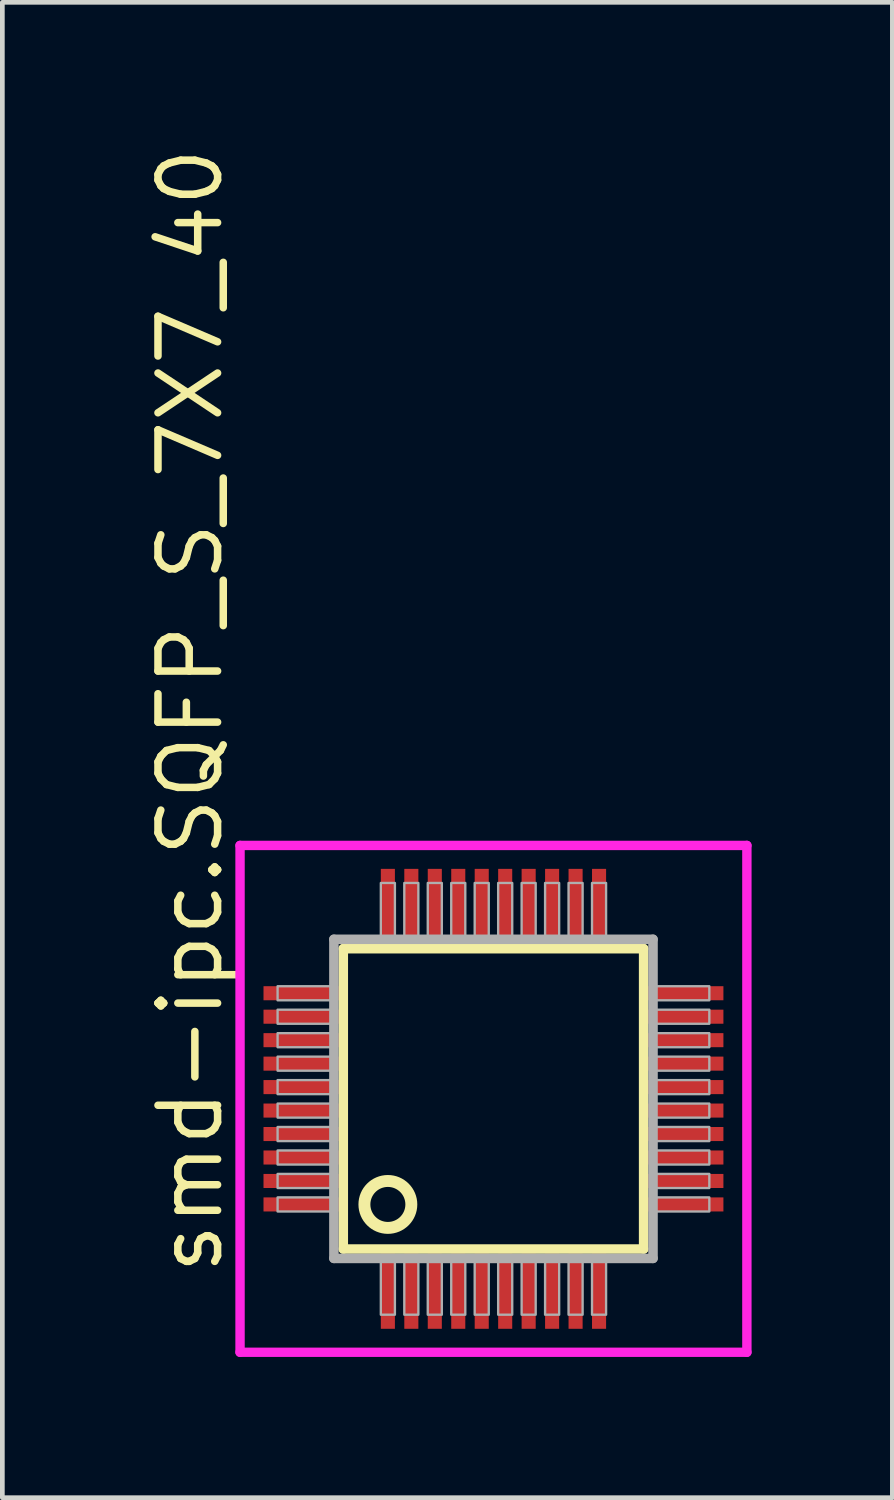
<source format=kicad_pcb>
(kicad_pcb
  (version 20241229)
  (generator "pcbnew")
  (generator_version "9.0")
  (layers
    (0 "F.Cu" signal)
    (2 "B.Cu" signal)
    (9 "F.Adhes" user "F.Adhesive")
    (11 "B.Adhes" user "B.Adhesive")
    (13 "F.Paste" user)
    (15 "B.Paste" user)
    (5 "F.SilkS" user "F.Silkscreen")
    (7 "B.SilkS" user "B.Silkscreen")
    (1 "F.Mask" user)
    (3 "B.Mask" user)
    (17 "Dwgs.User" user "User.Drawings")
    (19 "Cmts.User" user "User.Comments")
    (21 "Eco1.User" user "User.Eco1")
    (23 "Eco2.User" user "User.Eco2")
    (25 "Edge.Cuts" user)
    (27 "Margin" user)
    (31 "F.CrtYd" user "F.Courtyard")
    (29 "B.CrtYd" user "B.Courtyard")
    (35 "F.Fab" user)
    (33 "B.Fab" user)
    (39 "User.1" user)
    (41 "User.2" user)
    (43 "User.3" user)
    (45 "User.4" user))
  (footprint "smd-ipc.SQFP_S_7X7_40"
    (layer "F.Cu")
    (at 7.465 20.365)
    (property "Reference" "smd-ipc.SQFP_S_7X7_40" (at -5.715 3.81 90) (layer "F.SilkS") (effects (font (size 1.27 1.27) (thickness 0.16)) (justify left bottom)))
    (attr smd)
    (fp_line (start -3.2 -3.2) (end 3.2 -3.2) (stroke (width 0.203) (type default)) (layer "F.SilkS"))
    (fp_line (start -3.2 3.2) (end -3.2 -3.2) (stroke (width 0.203) (type default)) (layer "F.SilkS"))
    (fp_line (start 3.2 -3.2) (end 3.2 3.2) (stroke (width 0.203) (type default)) (layer "F.SilkS"))
    (fp_line (start 3.2 3.2) (end -3.2 3.2) (stroke (width 0.203) (type default)) (layer "F.SilkS"))
    (fp_circle (center -2.25 2.25) (end -1.75 2.25) (stroke (width 0.254) (type default)) (fill no) (layer "F.SilkS"))
    (fp_line (start -5.4 -5.4) (end 5.4 -5.4) (stroke (width 0.2) (type default)) (layer "F.CrtYd"))
    (fp_line (start -5.4 5.4) (end -5.4 -5.4) (stroke (width 0.2) (type default)) (layer "F.CrtYd"))
    (fp_line (start 5.4 -5.4) (end 5.4 5.4) (stroke (width 0.2) (type default)) (layer "F.CrtYd"))
    (fp_line (start 5.4 5.4) (end -5.4 5.4) (stroke (width 0.2) (type default)) (layer "F.CrtYd"))
    (fp_line (start -3.4 -3.4) (end -3.4 3.4) (stroke (width 0.203) (type default)) (layer "F.Fab"))
    (fp_line (start -3.4 3.4) (end 3.4 3.4) (stroke (width 0.203) (type default)) (layer "F.Fab"))
    (fp_line (start 3.4 -3.4) (end -3.4 -3.4) (stroke (width 0.203) (type default)) (layer "F.Fab"))
    (fp_line (start 3.4 3.4) (end 3.4 -3.4) (stroke (width 0.203) (type default)) (layer "F.Fab"))
    (fp_rect (start -4.6 -2.1) (end -3.45 -2.4) (stroke (width 0.05) (type default)) (fill no) (layer "F.Fab"))
    (fp_rect (start -4.6 -1.6) (end -3.45 -1.9) (stroke (width 0.05) (type default)) (fill no) (layer "F.Fab"))
    (fp_rect (start -4.6 -1.1) (end -3.45 -1.4) (stroke (width 0.05) (type default)) (fill no) (layer "F.Fab"))
    (fp_rect (start -4.6 -0.6) (end -3.45 -0.9) (stroke (width 0.05) (type default)) (fill no) (layer "F.Fab"))
    (fp_rect (start -4.6 -0.1) (end -3.45 -0.4) (stroke (width 0.05) (type default)) (fill no) (layer "F.Fab"))
    (fp_rect (start -4.6 0.4) (end -3.45 0.1) (stroke (width 0.05) (type default)) (fill no) (layer "F.Fab"))
    (fp_rect (start -4.6 0.9) (end -3.45 0.6) (stroke (width 0.05) (type default)) (fill no) (layer "F.Fab"))
    (fp_rect (start -4.6 1.4) (end -3.45 1.1) (stroke (width 0.05) (type default)) (fill no) (layer "F.Fab"))
    (fp_rect (start -4.6 1.9) (end -3.45 1.6) (stroke (width 0.05) (type default)) (fill no) (layer "F.Fab"))
    (fp_rect (start -4.6 2.4) (end -3.45 2.1) (stroke (width 0.05) (type default)) (fill no) (layer "F.Fab"))
    (fp_rect (start -2.4 -3.45) (end -2.1 -4.6) (stroke (width 0.05) (type default)) (fill no) (layer "F.Fab"))
    (fp_rect (start -2.4 4.6) (end -2.1 3.45) (stroke (width 0.05) (type default)) (fill no) (layer "F.Fab"))
    (fp_rect (start -1.9 -3.45) (end -1.6 -4.6) (stroke (width 0.05) (type default)) (fill no) (layer "F.Fab"))
    (fp_rect (start -1.9 4.6) (end -1.6 3.45) (stroke (width 0.05) (type default)) (fill no) (layer "F.Fab"))
    (fp_rect (start -1.4 -3.45) (end -1.1 -4.6) (stroke (width 0.05) (type default)) (fill no) (layer "F.Fab"))
    (fp_rect (start -1.4 4.6) (end -1.1 3.45) (stroke (width 0.05) (type default)) (fill no) (layer "F.Fab"))
    (fp_rect (start -0.9 -3.45) (end -0.6 -4.6) (stroke (width 0.05) (type default)) (fill no) (layer "F.Fab"))
    (fp_rect (start -0.9 4.6) (end -0.6 3.45) (stroke (width 0.05) (type default)) (fill no) (layer "F.Fab"))
    (fp_rect (start -0.4 -3.45) (end -0.1 -4.6) (stroke (width 0.05) (type default)) (fill no) (layer "F.Fab"))
    (fp_rect (start -0.4 4.6) (end -0.1 3.45) (stroke (width 0.05) (type default)) (fill no) (layer "F.Fab"))
    (fp_rect (start 0.1 -3.45) (end 0.4 -4.6) (stroke (width 0.05) (type default)) (fill no) (layer "F.Fab"))
    (fp_rect (start 0.1 4.6) (end 0.4 3.45) (stroke (width 0.05) (type default)) (fill no) (layer "F.Fab"))
    (fp_rect (start 0.6 -3.45) (end 0.9 -4.6) (stroke (width 0.05) (type default)) (fill no) (layer "F.Fab"))
    (fp_rect (start 0.6 4.6) (end 0.9 3.45) (stroke (width 0.05) (type default)) (fill no) (layer "F.Fab"))
    (fp_rect (start 1.1 -3.45) (end 1.4 -4.6) (stroke (width 0.05) (type default)) (fill no) (layer "F.Fab"))
    (fp_rect (start 1.1 4.6) (end 1.4 3.45) (stroke (width 0.05) (type default)) (fill no) (layer "F.Fab"))
    (fp_rect (start 1.6 -3.45) (end 1.9 -4.6) (stroke (width 0.05) (type default)) (fill no) (layer "F.Fab"))
    (fp_rect (start 1.6 4.6) (end 1.9 3.45) (stroke (width 0.05) (type default)) (fill no) (layer "F.Fab"))
    (fp_rect (start 2.1 -3.45) (end 2.4 -4.6) (stroke (width 0.05) (type default)) (fill no) (layer "F.Fab"))
    (fp_rect (start 2.1 4.6) (end 2.4 3.45) (stroke (width 0.05) (type default)) (fill no) (layer "F.Fab"))
    (fp_rect (start 3.45 -2.1) (end 4.6 -2.4) (stroke (width 0.05) (type default)) (fill no) (layer "F.Fab"))
    (fp_rect (start 3.45 -1.6) (end 4.6 -1.9) (stroke (width 0.05) (type default)) (fill no) (layer "F.Fab"))
    (fp_rect (start 3.45 -1.1) (end 4.6 -1.4) (stroke (width 0.05) (type default)) (fill no) (layer "F.Fab"))
    (fp_rect (start 3.45 -0.6) (end 4.6 -0.9) (stroke (width 0.05) (type default)) (fill no) (layer "F.Fab"))
    (fp_rect (start 3.45 -0.1) (end 4.6 -0.4) (stroke (width 0.05) (type default)) (fill no) (layer "F.Fab"))
    (fp_rect (start 3.45 0.4) (end 4.6 0.1) (stroke (width 0.05) (type default)) (fill no) (layer "F.Fab"))
    (fp_rect (start 3.45 0.9) (end 4.6 0.6) (stroke (width 0.05) (type default)) (fill no) (layer "F.Fab"))
    (fp_rect (start 3.45 1.4) (end 4.6 1.1) (stroke (width 0.05) (type default)) (fill no) (layer "F.Fab"))
    (fp_rect (start 3.45 1.9) (end 4.6 1.6) (stroke (width 0.05) (type default)) (fill no) (layer "F.Fab"))
    (fp_rect (start 3.45 2.4) (end 4.6 2.1) (stroke (width 0.05) (type default)) (fill no) (layer "F.Fab"))
    (pad "1" smd roundrect (at -2.25 4.1) (size 0.3 1.6) (layers "F.Cu" "F.Mask" "F.Paste") (roundrect_rratio 0.01))
    (pad "2" smd roundrect (at -1.75 4.1) (size 0.3 1.6) (layers "F.Cu" "F.Mask" "F.Paste") (roundrect_rratio 0.01))
    (pad "3" smd roundrect (at -1.25 4.1) (size 0.3 1.6) (layers "F.Cu" "F.Mask" "F.Paste") (roundrect_rratio 0.01))
    (pad "4" smd roundrect (at -0.75 4.1) (size 0.3 1.6) (layers "F.Cu" "F.Mask" "F.Paste") (roundrect_rratio 0.01))
    (pad "5" smd roundrect (at -0.25 4.1) (size 0.3 1.6) (layers "F.Cu" "F.Mask" "F.Paste") (roundrect_rratio 0.01))
    (pad "6" smd roundrect (at 0.25 4.1) (size 0.3 1.6) (layers "F.Cu" "F.Mask" "F.Paste") (roundrect_rratio 0.01))
    (pad "7" smd roundrect (at 0.75 4.1) (size 0.3 1.6) (layers "F.Cu" "F.Mask" "F.Paste") (roundrect_rratio 0.01))
    (pad "8" smd roundrect (at 1.25 4.1) (size 0.3 1.6) (layers "F.Cu" "F.Mask" "F.Paste") (roundrect_rratio 0.01))
    (pad "9" smd roundrect (at 1.75 4.1) (size 0.3 1.6) (layers "F.Cu" "F.Mask" "F.Paste") (roundrect_rratio 0.01))
    (pad "10" smd roundrect (at 2.25 4.1) (size 0.3 1.6) (layers "F.Cu" "F.Mask" "F.Paste") (roundrect_rratio 0.01))
    (pad "11" smd roundrect (at 4.1 2.25) (size 1.6 0.3) (layers "F.Cu" "F.Mask" "F.Paste") (roundrect_rratio 0.01))
    (pad "12" smd roundrect (at 4.1 1.75) (size 1.6 0.3) (layers "F.Cu" "F.Mask" "F.Paste") (roundrect_rratio 0.01))
    (pad "13" smd roundrect (at 4.1 1.25) (size 1.6 0.3) (layers "F.Cu" "F.Mask" "F.Paste") (roundrect_rratio 0.01))
    (pad "14" smd roundrect (at 4.1 0.75) (size 1.6 0.3) (layers "F.Cu" "F.Mask" "F.Paste") (roundrect_rratio 0.01))
    (pad "15" smd roundrect (at 4.1 0.25) (size 1.6 0.3) (layers "F.Cu" "F.Mask" "F.Paste") (roundrect_rratio 0.01))
    (pad "16" smd roundrect (at 4.1 -0.25) (size 1.6 0.3) (layers "F.Cu" "F.Mask" "F.Paste") (roundrect_rratio 0.01))
    (pad "17" smd roundrect (at 4.1 -0.75) (size 1.6 0.3) (layers "F.Cu" "F.Mask" "F.Paste") (roundrect_rratio 0.01))
    (pad "18" smd roundrect (at 4.1 -1.25) (size 1.6 0.3) (layers "F.Cu" "F.Mask" "F.Paste") (roundrect_rratio 0.01))
    (pad "19" smd roundrect (at 4.1 -1.75) (size 1.6 0.3) (layers "F.Cu" "F.Mask" "F.Paste") (roundrect_rratio 0.01))
    (pad "20" smd roundrect (at 4.1 -2.25) (size 1.6 0.3) (layers "F.Cu" "F.Mask" "F.Paste") (roundrect_rratio 0.01))
    (pad "21" smd roundrect (at 2.25 -4.1) (size 0.3 1.6) (layers "F.Cu" "F.Mask" "F.Paste") (roundrect_rratio 0.01))
    (pad "22" smd roundrect (at 1.75 -4.1) (size 0.3 1.6) (layers "F.Cu" "F.Mask" "F.Paste") (roundrect_rratio 0.01))
    (pad "23" smd roundrect (at 1.25 -4.1) (size 0.3 1.6) (layers "F.Cu" "F.Mask" "F.Paste") (roundrect_rratio 0.01))
    (pad "24" smd roundrect (at 0.75 -4.1) (size 0.3 1.6) (layers "F.Cu" "F.Mask" "F.Paste") (roundrect_rratio 0.01))
    (pad "25" smd roundrect (at 0.25 -4.1) (size 0.3 1.6) (layers "F.Cu" "F.Mask" "F.Paste") (roundrect_rratio 0.01))
    (pad "26" smd roundrect (at -0.25 -4.1) (size 0.3 1.6) (layers "F.Cu" "F.Mask" "F.Paste") (roundrect_rratio 0.01))
    (pad "27" smd roundrect (at -0.75 -4.1) (size 0.3 1.6) (layers "F.Cu" "F.Mask" "F.Paste") (roundrect_rratio 0.01))
    (pad "28" smd roundrect (at -1.25 -4.1) (size 0.3 1.6) (layers "F.Cu" "F.Mask" "F.Paste") (roundrect_rratio 0.01))
    (pad "29" smd roundrect (at -1.75 -4.1) (size 0.3 1.6) (layers "F.Cu" "F.Mask" "F.Paste") (roundrect_rratio 0.01))
    (pad "30" smd roundrect (at -2.25 -4.1) (size 0.3 1.6) (layers "F.Cu" "F.Mask" "F.Paste") (roundrect_rratio 0.01))
    (pad "31" smd roundrect (at -4.1 -2.25) (size 1.6 0.3) (layers "F.Cu" "F.Mask" "F.Paste") (roundrect_rratio 0.01))
    (pad "32" smd roundrect (at -4.1 -1.75) (size 1.6 0.3) (layers "F.Cu" "F.Mask" "F.Paste") (roundrect_rratio 0.01))
    (pad "33" smd roundrect (at -4.1 -1.25) (size 1.6 0.3) (layers "F.Cu" "F.Mask" "F.Paste") (roundrect_rratio 0.01))
    (pad "34" smd roundrect (at -4.1 -0.75) (size 1.6 0.3) (layers "F.Cu" "F.Mask" "F.Paste") (roundrect_rratio 0.01))
    (pad "35" smd roundrect (at -4.1 -0.25) (size 1.6 0.3) (layers "F.Cu" "F.Mask" "F.Paste") (roundrect_rratio 0.01))
    (pad "36" smd roundrect (at -4.1 0.25) (size 1.6 0.3) (layers "F.Cu" "F.Mask" "F.Paste") (roundrect_rratio 0.01))
    (pad "37" smd roundrect (at -4.1 0.75) (size 1.6 0.3) (layers "F.Cu" "F.Mask" "F.Paste") (roundrect_rratio 0.01))
    (pad "38" smd roundrect (at -4.1 1.25) (size 1.6 0.3) (layers "F.Cu" "F.Mask" "F.Paste") (roundrect_rratio 0.01))
    (pad "39" smd roundrect (at -4.1 1.75) (size 1.6 0.3) (layers "F.Cu" "F.Mask" "F.Paste") (roundrect_rratio 0.01))
    (pad "40" smd roundrect (at -4.1 2.25) (size 1.6 0.3) (layers "F.Cu" "F.Mask" "F.Paste") (roundrect_rratio 0.01)))
  (gr_rect
    (start -3 -3)
    (end 15.965 28.864)
    (stroke (width 0.1) (type default))
    (fill no)
    (layer "Edge.Cuts")))
</source>
